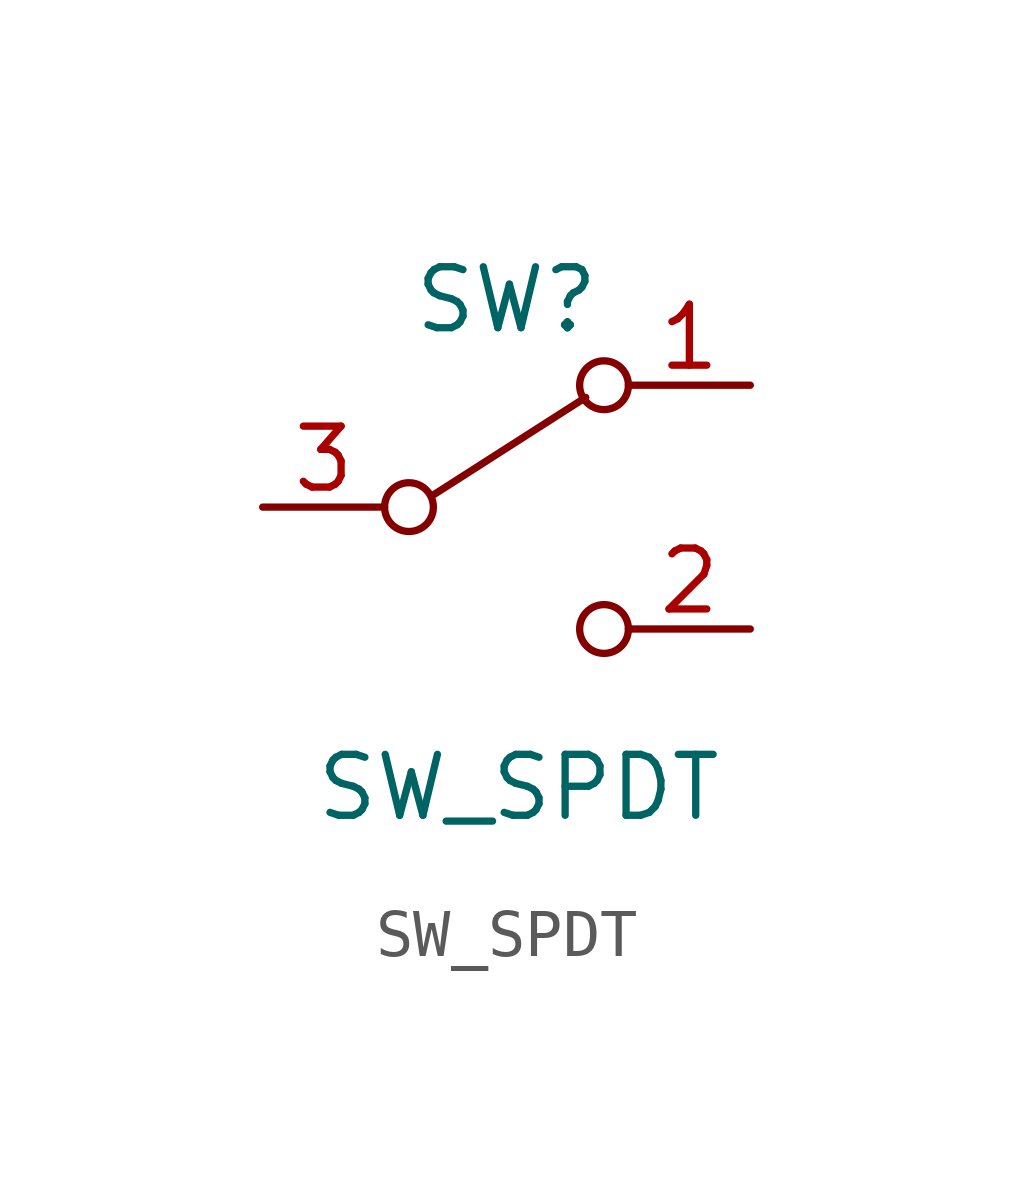
<source format=kicad_sym>
(kicad_symbol_lib
  (version 20220914)
  (generator kicad_symbol_editor)
  (symbol "SW_SPDT"
    (pin_names
      (offset 0) hide)
    (property "Reference" "SW"
      (at 0 4.318 0)
      (effects (font (size 1.27 1.27))))
    (property "Value" "SW_SPDT"
      (at 0.254 -5.842 0)
      (effects (font (size 1.27 1.27))))
    (symbol "SW_SPDT_0_0"
      (circle (center -2.032 0) (radius 0.508) (stroke (width 0) (type default)) (fill (type none)))
      (circle (center 2.032 -2.54) (radius 0.508) (stroke (width 0) (type default)) (fill (type none))))
    (symbol "SW_SPDT_0_1"
      (polyline (pts (xy -1.524 0.254) (xy 1.651 2.286)) (stroke (width 0) (type default)) (fill (type none)))
      (circle (center 2.032 2.54) (radius 0.508) (stroke (width 0) (type default)) (fill (type none))))
    (symbol "SW_SPDT_1_1"
      (pin passive line (at 5.08 2.54 180) (length 2.54) (name "A" (effects (font (size 1.27 1.27)))) (number "1" (effects (font (size 1.27 1.27)))))
      (pin passive line (at 5.08 -2.54 180) (length 2.54) (name "C" (effects (font (size 1.27 1.27)))) (number "2" (effects (font (size 1.27 1.27)))))
      (pin passive line (at -5.08 0 0) (length 2.54) (name "B" (effects (font (size 1.27 1.27)))) (number "3" (effects (font (size 1.27 1.27))))))))
</source>
